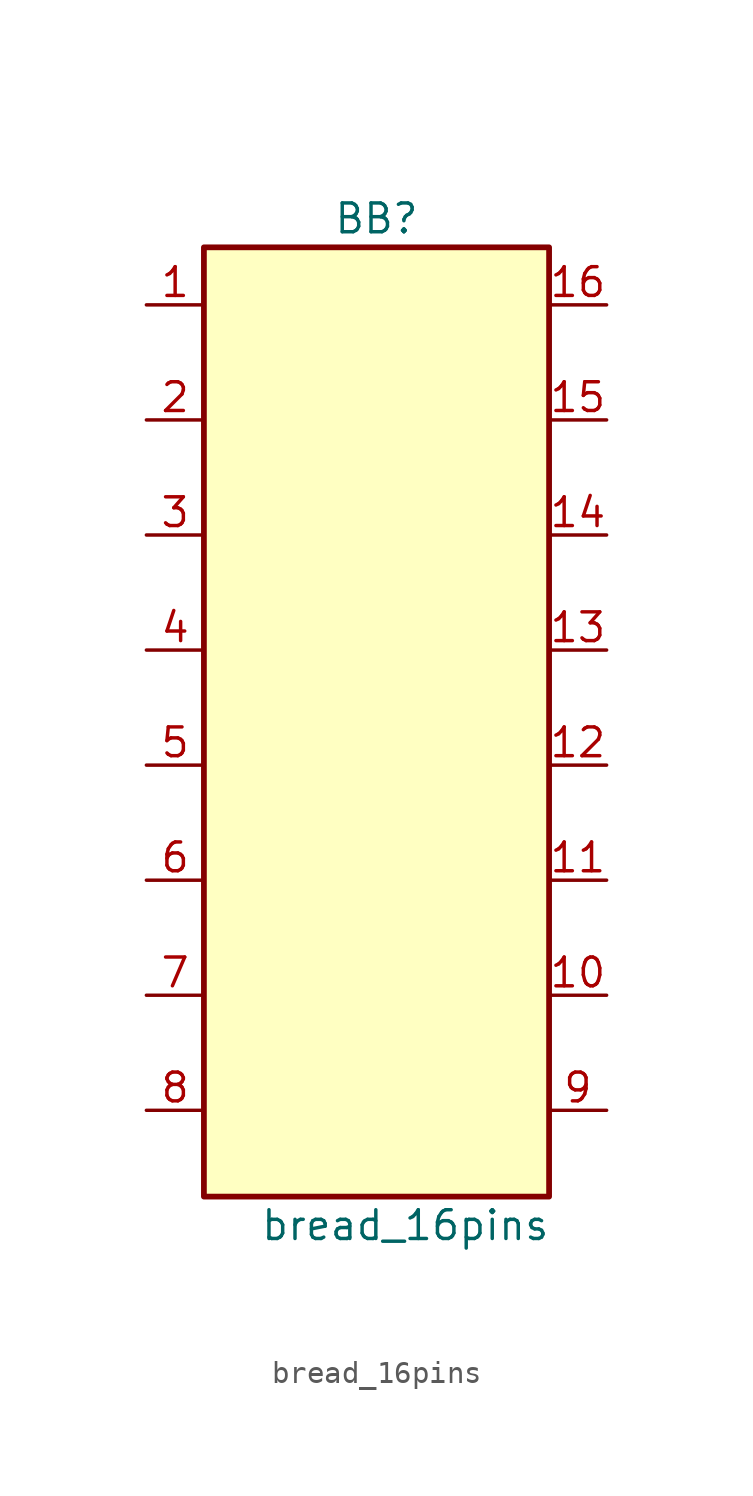
<source format=kicad_sym>
(kicad_symbol_lib
  (version 20210619)
  (generator kicad_symbol_editor)
  (symbol "my_Library:bread_16pins"
    (property "Reference" "BB"
      (at 10.16 3.81 0)
      (effects (font (size 1.27 1.27))))
    (property "Value" "bread_16pins"
      (at 11.43 -40.64 0)
      (effects (font (size 1.27 1.27))))
    (symbol "bread_16pins_1_0"
      (pin tri_state line (at 0 0 0) (length 2.54) (name "" (effects (font (size 1.27 1.27)))) (number "1" (effects (font (size 1.27 1.27)))))
      (pin input line (at 20.32 -30.48 180) (length 2.54) (name "" (effects (font (size 1.27 1.27)))) (number "10" (effects (font (size 1.27 1.27)))))
      (pin input line (at 20.32 -25.4 180) (length 2.54) (name "" (effects (font (size 1.27 1.27)))) (number "11" (effects (font (size 1.27 1.27)))))
      (pin input line (at 20.32 -20.32 180) (length 2.54) (name "" (effects (font (size 1.27 1.27)))) (number "12" (effects (font (size 1.27 1.27)))))
      (pin input line (at 20.32 -15.24 180) (length 2.54) (name "" (effects (font (size 1.27 1.27)))) (number "13" (effects (font (size 1.27 1.27)))))
      (pin input line (at 20.32 -10.16 180) (length 2.54) (name "" (effects (font (size 1.27 1.27)))) (number "14" (effects (font (size 1.27 1.27)))))
      (pin tri_state line (at 20.32 -5.08 180) (length 2.54) (name "" (effects (font (size 1.27 1.27)))) (number "15" (effects (font (size 1.27 1.27)))))
      (pin power_in line (at 20.32 0 180) (length 2.54) (name "" (effects (font (size 1.27 1.27)))) (number "16" (effects (font (size 1.27 1.27)))))
      (pin tri_state line (at 0 -5.08 0) (length 2.54) (name "" (effects (font (size 1.27 1.27)))) (number "2" (effects (font (size 1.27 1.27)))))
      (pin tri_state line (at 0 -10.16 0) (length 2.54) (name "" (effects (font (size 1.27 1.27)))) (number "3" (effects (font (size 1.27 1.27)))))
      (pin tri_state line (at 0 -15.24 0) (length 2.54) (name "" (effects (font (size 1.27 1.27)))) (number "4" (effects (font (size 1.27 1.27)))))
      (pin tri_state line (at 0 -20.32 0) (length 2.54) (name "" (effects (font (size 1.27 1.27)))) (number "5" (effects (font (size 1.27 1.27)))))
      (pin tri_state line (at 0 -25.4 0) (length 2.54) (name "" (effects (font (size 1.27 1.27)))) (number "6" (effects (font (size 1.27 1.27)))))
      (pin tri_state line (at 0 -30.48 0) (length 2.54) (name "" (effects (font (size 1.27 1.27)))) (number "7" (effects (font (size 1.27 1.27)))))
      (pin power_in line (at 0 -35.56 0) (length 2.54) (name "" (effects (font (size 1.27 1.27)))) (number "8" (effects (font (size 1.27 1.27)))))
      (pin output line (at 20.32 -35.56 180) (length 2.54) (name "" (effects (font (size 1.27 1.27)))) (number "9" (effects (font (size 1.27 1.27))))))
    (symbol "bread_16pins_1_1"
      (rectangle (start 2.54 2.54) (end 17.78 -39.37) (stroke (width 0.254)) (fill (type background))))))
</source>
